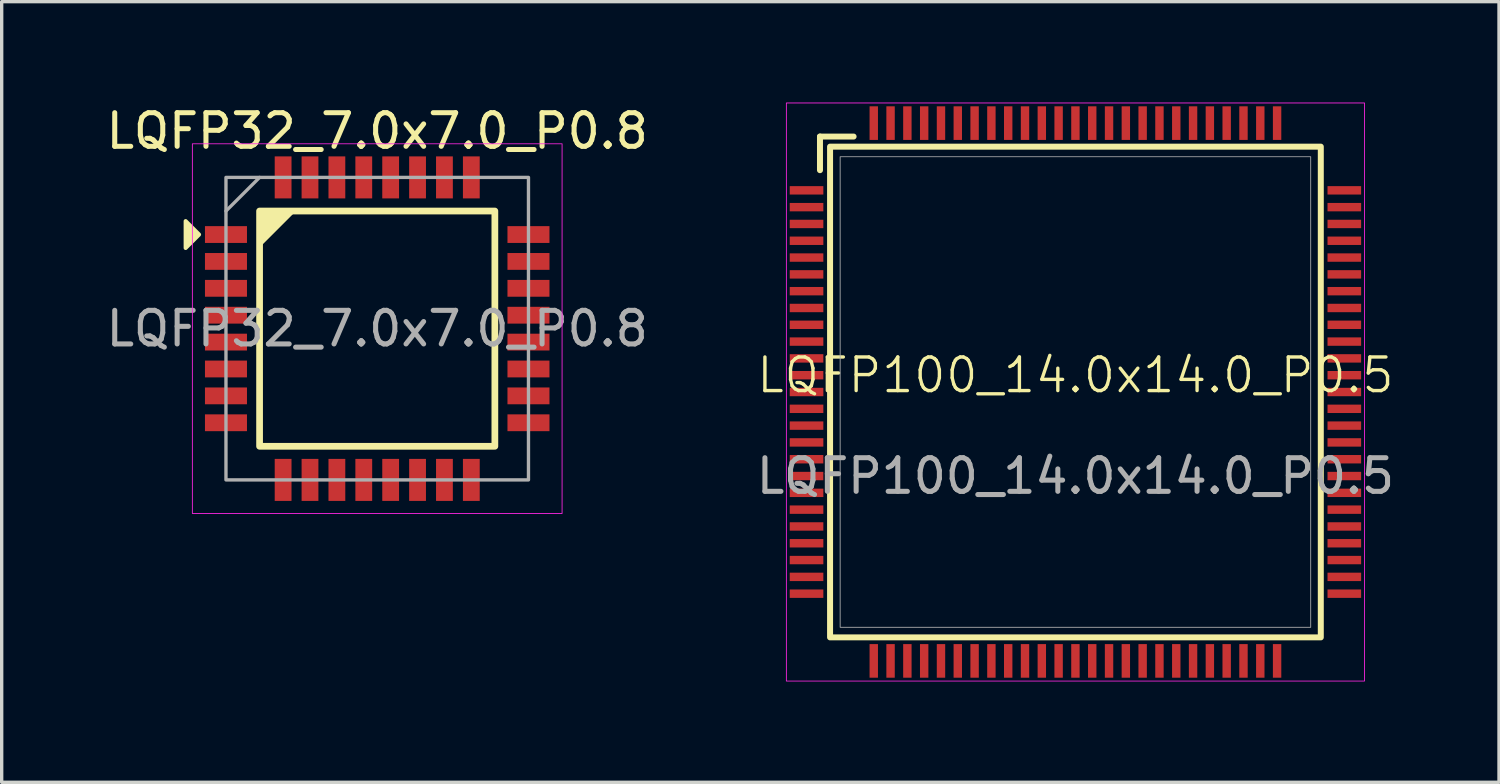
<source format=kicad_pcb>
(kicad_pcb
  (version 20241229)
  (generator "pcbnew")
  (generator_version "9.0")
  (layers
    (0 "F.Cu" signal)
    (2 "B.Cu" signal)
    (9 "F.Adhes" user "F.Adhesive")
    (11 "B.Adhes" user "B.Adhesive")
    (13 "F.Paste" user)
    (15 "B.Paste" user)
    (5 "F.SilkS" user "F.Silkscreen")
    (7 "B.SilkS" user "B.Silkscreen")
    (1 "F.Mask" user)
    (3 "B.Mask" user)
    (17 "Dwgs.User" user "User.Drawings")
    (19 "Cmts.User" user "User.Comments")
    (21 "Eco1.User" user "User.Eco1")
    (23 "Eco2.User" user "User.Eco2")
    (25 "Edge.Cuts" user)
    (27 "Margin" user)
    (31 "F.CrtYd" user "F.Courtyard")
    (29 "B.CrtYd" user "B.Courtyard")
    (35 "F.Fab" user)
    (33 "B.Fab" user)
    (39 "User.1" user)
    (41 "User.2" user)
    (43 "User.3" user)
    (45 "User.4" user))
  (footprint "LQFP32_7.0x7.0_P0.8"
    (layer "F.Cu")
    (at 8.173 6.728)
    (property "Reference" "LQFP32_7.0x7.0_P0.8" (at 0 -5.88 0) (layer "F.SilkS") (effects (font (size 1 1) (thickness 0.15))))
    (attr smd)
    (fp_rect (start -3.5 3.5) (end 3.5 -3.5) (stroke (width 0.2) (type solid)) (fill no) (layer "F.SilkS"))
    (fp_poly (pts (xy -5.3 -2.8) (xy -5.7 -2.4) (xy -5.7 -3.2)) (stroke (width 0.12) (type solid)) (fill yes) (layer "F.SilkS"))
    (fp_poly (pts (xy -3.5 -2.5) (xy -3.5 -3.5) (xy -2.5 -3.5)) (stroke (width 0.12) (type solid)) (fill yes) (layer "F.SilkS"))
    (fp_rect (start -5.5 5.5) (end 5.5 -5.5) (stroke (width 0.025) (type solid)) (fill no) (layer "F.CrtYd"))
    (fp_line (start -4.5 -3.5) (end -3.5 -4.5) (stroke (width 0.1) (type solid)) (layer "F.Fab"))
    (fp_rect (start -4.5 4.5) (end 4.5 -4.5) (stroke (width 0.1) (type solid)) (fill no) (layer "F.Fab"))
    (fp_text user "${REFERENCE}" (at 0 0 0) (layer "F.Fab") (effects (font (size 1 1) (thickness 0.15))))
    (pad "1" smd rect (at -4.5 -2.8) (size 1.25 0.5) (layers "F.Cu" "F.Mask" "F.Paste"))
    (pad "2" smd rect (at -4.5 -2) (size 1.25 0.5) (layers "F.Cu" "F.Mask" "F.Paste"))
    (pad "3" smd rect (at -4.5 -1.2) (size 1.25 0.5) (layers "F.Cu" "F.Mask" "F.Paste"))
    (pad "4" smd rect (at -4.5 -0.4) (size 1.25 0.5) (layers "F.Cu" "F.Mask" "F.Paste"))
    (pad "5" smd rect (at -4.5 0.4) (size 1.25 0.5) (layers "F.Cu" "F.Mask" "F.Paste"))
    (pad "6" smd rect (at -4.5 1.2) (size 1.25 0.5) (layers "F.Cu" "F.Mask" "F.Paste"))
    (pad "7" smd rect (at -4.5 2) (size 1.25 0.5) (layers "F.Cu" "F.Mask" "F.Paste"))
    (pad "8" smd rect (at -4.5 2.8) (size 1.25 0.5) (layers "F.Cu" "F.Mask" "F.Paste"))
    (pad "9" smd rect (at -2.8 4.5) (size 0.5 1.25) (layers "F.Cu" "F.Mask" "F.Paste"))
    (pad "10" smd rect (at -2 4.5) (size 0.5 1.25) (layers "F.Cu" "F.Mask" "F.Paste"))
    (pad "11" smd rect (at -1.2 4.5) (size 0.5 1.25) (layers "F.Cu" "F.Mask" "F.Paste"))
    (pad "12" smd rect (at -0.4 4.5) (size 0.5 1.25) (layers "F.Cu" "F.Mask" "F.Paste"))
    (pad "13" smd rect (at 0.4 4.5) (size 0.5 1.25) (layers "F.Cu" "F.Mask" "F.Paste"))
    (pad "14" smd rect (at 1.2 4.5) (size 0.5 1.25) (layers "F.Cu" "F.Mask" "F.Paste"))
    (pad "15" smd rect (at 2 4.5) (size 0.5 1.25) (layers "F.Cu" "F.Mask" "F.Paste"))
    (pad "16" smd rect (at 2.8 4.5) (size 0.5 1.25) (layers "F.Cu" "F.Mask" "F.Paste"))
    (pad "17" smd rect (at 4.5 2.8) (size 1.25 0.5) (layers "F.Cu" "F.Mask" "F.Paste"))
    (pad "18" smd rect (at 4.5 2) (size 1.25 0.5) (layers "F.Cu" "F.Mask" "F.Paste"))
    (pad "19" smd rect (at 4.5 1.2) (size 1.25 0.5) (layers "F.Cu" "F.Mask" "F.Paste"))
    (pad "20" smd rect (at 4.5 0.4) (size 1.25 0.5) (layers "F.Cu" "F.Mask" "F.Paste"))
    (pad "21" smd rect (at 4.5 -0.4) (size 1.25 0.5) (layers "F.Cu" "F.Mask" "F.Paste"))
    (pad "22" smd rect (at 4.5 -1.2) (size 1.25 0.5) (layers "F.Cu" "F.Mask" "F.Paste"))
    (pad "23" smd rect (at 4.5 -2) (size 1.25 0.5) (layers "F.Cu" "F.Mask" "F.Paste"))
    (pad "24" smd rect (at 4.5 -2.8) (size 1.25 0.5) (layers "F.Cu" "F.Mask" "F.Paste"))
    (pad "25" smd rect (at 2.8 -4.5) (size 0.5 1.25) (layers "F.Cu" "F.Mask" "F.Paste"))
    (pad "26" smd rect (at 2 -4.5) (size 0.5 1.25) (layers "F.Cu" "F.Mask" "F.Paste"))
    (pad "27" smd rect (at 1.2 -4.5) (size 0.5 1.25) (layers "F.Cu" "F.Mask" "F.Paste"))
    (pad "28" smd rect (at 0.4 -4.5) (size 0.5 1.25) (layers "F.Cu" "F.Mask" "F.Paste"))
    (pad "29" smd rect (at -0.4 -4.5) (size 0.5 1.25) (layers "F.Cu" "F.Mask" "F.Paste"))
    (pad "30" smd rect (at -1.2 -4.5) (size 0.5 1.25) (layers "F.Cu" "F.Mask" "F.Paste"))
    (pad "31" smd rect (at -2 -4.5) (size 0.5 1.25) (layers "F.Cu" "F.Mask" "F.Paste"))
    (pad "32" smd rect (at -2.8 -4.5) (size 0.5 1.25) (layers "F.Cu" "F.Mask" "F.Paste")))
  (footprint "LQFP100_14.0x14.0_P0.5"
    (layer "F.Cu")
    (at 28.946 8.613)
    (property "Reference" "LQFP100_14.0x14.0_P0.5" (at 0 -0.5 0) (unlocked yes) (layer "F.SilkS") (effects (font (size 1 1) (thickness 0.1))))
    (attr smd)
    (fp_line (start -7.6 -7.6) (end -6.6 -7.6) (stroke (width 0.178) (type solid)) (layer "F.SilkS"))
    (fp_line (start -7.6 -6.6) (end -7.6 -7.6) (stroke (width 0.178) (type solid)) (layer "F.SilkS"))
    (fp_rect (start -7.3 -7.3) (end 7.3 7.3) (stroke (width 0.178) (type solid)) (fill no) (layer "F.SilkS"))
    (fp_rect (start -8.6 -8.6) (end 8.6 8.6) (stroke (width 0.025) (type solid)) (fill no) (layer "F.CrtYd"))
    (fp_rect (start -7 -7) (end 7 7) (stroke (width 0.025) (type solid)) (fill no) (layer "F.Fab"))
    (fp_text user "${REFERENCE}" (at 0 2.5 0) (unlocked yes) (layer "F.Fab") (effects (font (size 1 1) (thickness 0.15))))
    (pad "1" smd rect (at -8 -6) (size 1 0.25) (layers "F.Cu" "F.Mask" "F.Paste"))
    (pad "2" smd rect (at -8 -5.5) (size 1 0.25) (layers "F.Cu" "F.Mask" "F.Paste"))
    (pad "3" smd rect (at -8 -5) (size 1 0.25) (layers "F.Cu" "F.Mask" "F.Paste"))
    (pad "4" smd rect (at -8 -4.5) (size 1 0.25) (layers "F.Cu" "F.Mask" "F.Paste"))
    (pad "5" smd rect (at -8 -4) (size 1 0.25) (layers "F.Cu" "F.Mask" "F.Paste"))
    (pad "6" smd rect (at -8 -3.5) (size 1 0.25) (layers "F.Cu" "F.Mask" "F.Paste"))
    (pad "7" smd rect (at -8 -3) (size 1 0.25) (layers "F.Cu" "F.Mask" "F.Paste"))
    (pad "8" smd rect (at -8 -2.5) (size 1 0.25) (layers "F.Cu" "F.Mask" "F.Paste"))
    (pad "9" smd rect (at -8 -2) (size 1 0.25) (layers "F.Cu" "F.Mask" "F.Paste"))
    (pad "10" smd rect (at -8 -1.5) (size 1 0.25) (layers "F.Cu" "F.Mask" "F.Paste"))
    (pad "11" smd rect (at -8 -1) (size 1 0.25) (layers "F.Cu" "F.Mask" "F.Paste"))
    (pad "12" smd rect (at -8 -0.5) (size 1 0.25) (layers "F.Cu" "F.Mask" "F.Paste"))
    (pad "13" smd rect (at -8 0) (size 1 0.25) (layers "F.Cu" "F.Mask" "F.Paste"))
    (pad "14" smd rect (at -8 0.5) (size 1 0.25) (layers "F.Cu" "F.Mask" "F.Paste"))
    (pad "15" smd rect (at -8 1) (size 1 0.25) (layers "F.Cu" "F.Mask" "F.Paste"))
    (pad "16" smd rect (at -8 1.5) (size 1 0.25) (layers "F.Cu" "F.Mask" "F.Paste"))
    (pad "17" smd rect (at -8 2) (size 1 0.25) (layers "F.Cu" "F.Mask" "F.Paste"))
    (pad "18" smd rect (at -8 2.5) (size 1 0.25) (layers "F.Cu" "F.Mask" "F.Paste"))
    (pad "19" smd rect (at -8 3) (size 1 0.25) (layers "F.Cu" "F.Mask" "F.Paste"))
    (pad "20" smd rect (at -8 3.5) (size 1 0.25) (layers "F.Cu" "F.Mask" "F.Paste"))
    (pad "21" smd rect (at -8 4) (size 1 0.25) (layers "F.Cu" "F.Mask" "F.Paste"))
    (pad "22" smd rect (at -8 4.5) (size 1 0.25) (layers "F.Cu" "F.Mask" "F.Paste"))
    (pad "23" smd rect (at -8 5) (size 1 0.25) (layers "F.Cu" "F.Mask" "F.Paste"))
    (pad "24" smd rect (at -8 5.5) (size 1 0.25) (layers "F.Cu" "F.Mask" "F.Paste"))
    (pad "25" smd rect (at -8 6) (size 1 0.25) (layers "F.Cu" "F.Mask" "F.Paste"))
    (pad "26" smd rect (at -6 8) (size 0.25 1) (layers "F.Cu" "F.Mask" "F.Paste"))
    (pad "27" smd rect (at -5.5 8) (size 0.25 1) (layers "F.Cu" "F.Mask" "F.Paste"))
    (pad "28" smd rect (at -5 8) (size 0.25 1) (layers "F.Cu" "F.Mask" "F.Paste"))
    (pad "29" smd rect (at -4.5 8) (size 0.25 1) (layers "F.Cu" "F.Mask" "F.Paste"))
    (pad "30" smd rect (at -4 8) (size 0.25 1) (layers "F.Cu" "F.Mask" "F.Paste"))
    (pad "31" smd rect (at -3.5 8) (size 0.25 1) (layers "F.Cu" "F.Mask" "F.Paste"))
    (pad "32" smd rect (at -3 8) (size 0.25 1) (layers "F.Cu" "F.Mask" "F.Paste"))
    (pad "33" smd rect (at -2.5 8) (size 0.25 1) (layers "F.Cu" "F.Mask" "F.Paste"))
    (pad "34" smd rect (at -2 8) (size 0.25 1) (layers "F.Cu" "F.Mask" "F.Paste"))
    (pad "35" smd rect (at -1.5 8) (size 0.25 1) (layers "F.Cu" "F.Mask" "F.Paste"))
    (pad "36" smd rect (at -1 8) (size 0.25 1) (layers "F.Cu" "F.Mask" "F.Paste"))
    (pad "37" smd rect (at -0.5 8) (size 0.25 1) (layers "F.Cu" "F.Mask" "F.Paste"))
    (pad "38" smd rect (at 0 8) (size 0.25 1) (layers "F.Cu" "F.Mask" "F.Paste"))
    (pad "39" smd rect (at 0.5 8) (size 0.25 1) (layers "F.Cu" "F.Mask" "F.Paste"))
    (pad "40" smd rect (at 1 8) (size 0.25 1) (layers "F.Cu" "F.Mask" "F.Paste"))
    (pad "41" smd rect (at 1.5 8) (size 0.25 1) (layers "F.Cu" "F.Mask" "F.Paste"))
    (pad "42" smd rect (at 2 8) (size 0.25 1) (layers "F.Cu" "F.Mask" "F.Paste"))
    (pad "43" smd rect (at 2.5 8) (size 0.25 1) (layers "F.Cu" "F.Mask" "F.Paste"))
    (pad "44" smd rect (at 3 8) (size 0.25 1) (layers "F.Cu" "F.Mask" "F.Paste"))
    (pad "45" smd rect (at 3.5 8) (size 0.25 1) (layers "F.Cu" "F.Mask" "F.Paste"))
    (pad "46" smd rect (at 4 8) (size 0.25 1) (layers "F.Cu" "F.Mask" "F.Paste"))
    (pad "47" smd rect (at 4.5 8) (size 0.25 1) (layers "F.Cu" "F.Mask" "F.Paste"))
    (pad "48" smd rect (at 5 8) (size 0.25 1) (layers "F.Cu" "F.Mask" "F.Paste"))
    (pad "49" smd rect (at 5.5 8) (size 0.25 1) (layers "F.Cu" "F.Mask" "F.Paste"))
    (pad "50" smd rect (at 6 8) (size 0.25 1) (layers "F.Cu" "F.Mask" "F.Paste"))
    (pad "51" smd rect (at 8 6) (size 1 0.25) (layers "F.Cu" "F.Mask" "F.Paste"))
    (pad "52" smd rect (at 8 5.5) (size 1 0.25) (layers "F.Cu" "F.Mask" "F.Paste"))
    (pad "53" smd rect (at 8 5) (size 1 0.25) (layers "F.Cu" "F.Mask" "F.Paste"))
    (pad "54" smd rect (at 8 4.5) (size 1 0.25) (layers "F.Cu" "F.Mask" "F.Paste"))
    (pad "55" smd rect (at 8 4) (size 1 0.25) (layers "F.Cu" "F.Mask" "F.Paste"))
    (pad "56" smd rect (at 8 3.5) (size 1 0.25) (layers "F.Cu" "F.Mask" "F.Paste"))
    (pad "57" smd rect (at 8 3) (size 1 0.25) (layers "F.Cu" "F.Mask" "F.Paste"))
    (pad "58" smd rect (at 8 2.5) (size 1 0.25) (layers "F.Cu" "F.Mask" "F.Paste"))
    (pad "59" smd rect (at 8 2) (size 1 0.25) (layers "F.Cu" "F.Mask" "F.Paste"))
    (pad "60" smd rect (at 8 1.5) (size 1 0.25) (layers "F.Cu" "F.Mask" "F.Paste"))
    (pad "61" smd rect (at 8 1) (size 1 0.25) (layers "F.Cu" "F.Mask" "F.Paste"))
    (pad "62" smd rect (at 8 0.5) (size 1 0.25) (layers "F.Cu" "F.Mask" "F.Paste"))
    (pad "63" smd rect (at 8 0) (size 1 0.25) (layers "F.Cu" "F.Mask" "F.Paste"))
    (pad "64" smd rect (at 8 -0.5) (size 1 0.25) (layers "F.Cu" "F.Mask" "F.Paste"))
    (pad "65" smd rect (at 8 -1) (size 1 0.25) (layers "F.Cu" "F.Mask" "F.Paste"))
    (pad "66" smd rect (at 8 -1.5) (size 1 0.25) (layers "F.Cu" "F.Mask" "F.Paste"))
    (pad "67" smd rect (at 8 -2) (size 1 0.25) (layers "F.Cu" "F.Mask" "F.Paste"))
    (pad "68" smd rect (at 8 -2.5) (size 1 0.25) (layers "F.Cu" "F.Mask" "F.Paste"))
    (pad "69" smd rect (at 8 -3) (size 1 0.25) (layers "F.Cu" "F.Mask" "F.Paste"))
    (pad "70" smd rect (at 8 -3.5) (size 1 0.25) (layers "F.Cu" "F.Mask" "F.Paste"))
    (pad "71" smd rect (at 8 -4) (size 1 0.25) (layers "F.Cu" "F.Mask" "F.Paste"))
    (pad "72" smd rect (at 8 -4.5) (size 1 0.25) (layers "F.Cu" "F.Mask" "F.Paste"))
    (pad "73" smd rect (at 8 -5) (size 1 0.25) (layers "F.Cu" "F.Mask" "F.Paste"))
    (pad "74" smd rect (at 8 -5.5) (size 1 0.25) (layers "F.Cu" "F.Mask" "F.Paste"))
    (pad "75" smd rect (at 8 -6) (size 1 0.25) (layers "F.Cu" "F.Mask" "F.Paste"))
    (pad "76" smd rect (at 6 -8) (size 0.25 1) (layers "F.Cu" "F.Mask" "F.Paste"))
    (pad "77" smd rect (at 5.5 -8) (size 0.25 1) (layers "F.Cu" "F.Mask" "F.Paste"))
    (pad "78" smd rect (at 5 -8) (size 0.25 1) (layers "F.Cu" "F.Mask" "F.Paste"))
    (pad "79" smd rect (at 4.5 -8) (size 0.25 1) (layers "F.Cu" "F.Mask" "F.Paste"))
    (pad "80" smd rect (at 4 -8) (size 0.25 1) (layers "F.Cu" "F.Mask" "F.Paste"))
    (pad "81" smd rect (at 3.5 -8) (size 0.25 1) (layers "F.Cu" "F.Mask" "F.Paste"))
    (pad "82" smd rect (at 3 -8) (size 0.25 1) (layers "F.Cu" "F.Mask" "F.Paste"))
    (pad "83" smd rect (at 2.5 -8) (size 0.25 1) (layers "F.Cu" "F.Mask" "F.Paste"))
    (pad "84" smd rect (at 2 -8) (size 0.25 1) (layers "F.Cu" "F.Mask" "F.Paste"))
    (pad "85" smd rect (at 1.5 -8) (size 0.25 1) (layers "F.Cu" "F.Mask" "F.Paste"))
    (pad "86" smd rect (at 1 -8) (size 0.25 1) (layers "F.Cu" "F.Mask" "F.Paste"))
    (pad "87" smd rect (at 0.5 -8) (size 0.25 1) (layers "F.Cu" "F.Mask" "F.Paste"))
    (pad "88" smd rect (at 0 -8) (size 0.25 1) (layers "F.Cu" "F.Mask" "F.Paste"))
    (pad "89" smd rect (at -0.5 -8) (size 0.25 1) (layers "F.Cu" "F.Mask" "F.Paste"))
    (pad "90" smd rect (at -1 -8) (size 0.25 1) (layers "F.Cu" "F.Mask" "F.Paste"))
    (pad "91" smd rect (at -1.5 -8) (size 0.25 1) (layers "F.Cu" "F.Mask" "F.Paste"))
    (pad "92" smd rect (at -2 -8) (size 0.25 1) (layers "F.Cu" "F.Mask" "F.Paste"))
    (pad "93" smd rect (at -2.5 -8) (size 0.25 1) (layers "F.Cu" "F.Mask" "F.Paste"))
    (pad "94" smd rect (at -3 -8) (size 0.25 1) (layers "F.Cu" "F.Mask" "F.Paste"))
    (pad "95" smd rect (at -3.5 -8) (size 0.25 1) (layers "F.Cu" "F.Mask" "F.Paste"))
    (pad "96" smd rect (at -4 -8) (size 0.25 1) (layers "F.Cu" "F.Mask" "F.Paste"))
    (pad "97" smd rect (at -4.5 -8) (size 0.25 1) (layers "F.Cu" "F.Mask" "F.Paste"))
    (pad "98" smd rect (at -5 -8) (size 0.25 1) (layers "F.Cu" "F.Mask" "F.Paste"))
    (pad "99" smd rect (at -5.5 -8) (size 0.25 1) (layers "F.Cu" "F.Mask" "F.Paste"))
    (pad "100" smd rect (at -6 -8) (size 0.25 1) (layers "F.Cu" "F.Mask" "F.Paste")))
  (gr_rect
    (start -3 -3)
    (end 41.548 20.225)
    (stroke (width 0.1) (type default))
    (fill no)
    (layer "Edge.Cuts")))
</source>
